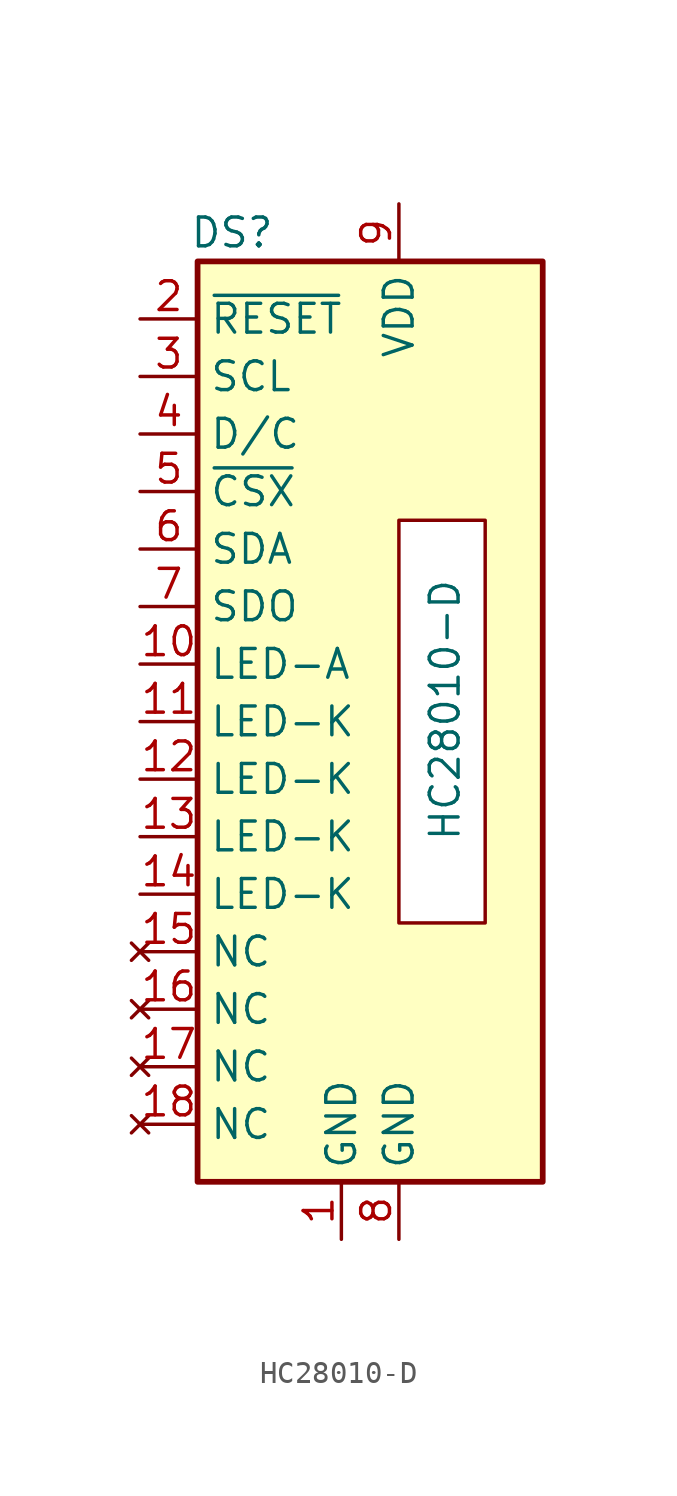
<source format=kicad_sym>
(kicad_symbol_lib
  (version 20241209)
  (generator "kicad_symbol_editor")
  (generator_version "9.0")
  (symbol "HC28010-D"
    (property "Reference" "DS"
      (at -7.366 21.59 0)
      (effects (font (size 1.27 1.27))))
    (property "Value" "HC28010-D"
      (at 2.032 0.508 90)
      (effects (font (size 1.27 1.27))))
    (symbol "HC28010-D_0_1"
      (rectangle (start -8.89 20.32) (end 6.35 -20.32) (stroke (width 0.254) (type default)) (fill (type background))))
    (symbol "HC28010-D_1_1"
      (rectangle (start 0 8.89) (end 3.81 -8.89) (stroke (width 0) (type default)) (fill (type color) (color 255 255 255 1)))
      (pin input line (at -11.43 17.78 0) (length 2.54) (name "~{RESET}" (effects (font (size 1.27 1.27)))) (number "2" (effects (font (size 1.27 1.27)))))
      (pin input line (at -11.43 15.24 0) (length 2.54) (name "SCL" (effects (font (size 1.27 1.27)))) (number "3" (effects (font (size 1.27 1.27)))))
      (pin input line (at -11.43 12.7 0) (length 2.54) (name "D/C" (effects (font (size 1.27 1.27)))) (number "4" (effects (font (size 1.27 1.27)))))
      (pin input line (at -11.43 10.16 0) (length 2.54) (name "~{CSX}" (effects (font (size 1.27 1.27)))) (number "5" (effects (font (size 1.27 1.27)))))
      (pin input line (at -11.43 7.62 0) (length 2.54) (name "SDA" (effects (font (size 1.27 1.27)))) (number "6" (effects (font (size 1.27 1.27)))))
      (pin output line (at -11.43 5.08 0) (length 2.54) (name "SDO" (effects (font (size 1.27 1.27)))) (number "7" (effects (font (size 1.27 1.27)))))
      (pin passive line (at -11.43 2.54 0) (length 2.54) (name "LED-A" (effects (font (size 1.27 1.27)))) (number "10" (effects (font (size 1.27 1.27)))))
      (pin passive line (at -11.43 0 0) (length 2.54) (name "LED-K" (effects (font (size 1.27 1.27)))) (number "11" (effects (font (size 1.27 1.27)))))
      (pin passive line (at -11.43 -2.54 0) (length 2.54) (name "LED-K" (effects (font (size 1.27 1.27)))) (number "12" (effects (font (size 1.27 1.27)))))
      (pin passive line (at -11.43 -5.08 0) (length 2.54) (name "LED-K" (effects (font (size 1.27 1.27)))) (number "13" (effects (font (size 1.27 1.27)))))
      (pin passive line (at -11.43 -7.62 0) (length 2.54) (name "LED-K" (effects (font (size 1.27 1.27)))) (number "14" (effects (font (size 1.27 1.27)))))
      (pin no_connect line (at -11.43 -10.16 0) (length 2.54) (name "NC" (effects (font (size 1.27 1.27)))) (number "15" (effects (font (size 1.27 1.27)))))
      (pin no_connect line (at -11.43 -12.7 0) (length 2.54) (name "NC" (effects (font (size 1.27 1.27)))) (number "16" (effects (font (size 1.27 1.27)))))
      (pin no_connect line (at -11.43 -15.24 0) (length 2.54) (name "NC" (effects (font (size 1.27 1.27)))) (number "17" (effects (font (size 1.27 1.27)))))
      (pin no_connect line (at -11.43 -17.78 0) (length 2.54) (name "NC" (effects (font (size 1.27 1.27)))) (number "18" (effects (font (size 1.27 1.27)))))
      (pin power_in line (at -2.54 -22.86 90) (length 2.54) (name "GND" (effects (font (size 1.27 1.27)))) (number "1" (effects (font (size 1.27 1.27)))))
      (pin power_in line (at 0 22.86 270) (length 2.54) (name "VDD" (effects (font (size 1.27 1.27)))) (number "9" (effects (font (size 1.27 1.27)))))
      (pin power_in line (at 0 -22.86 90) (length 2.54) (name "GND" (effects (font (size 1.27 1.27)))) (number "8" (effects (font (size 1.27 1.27))))))))
</source>
